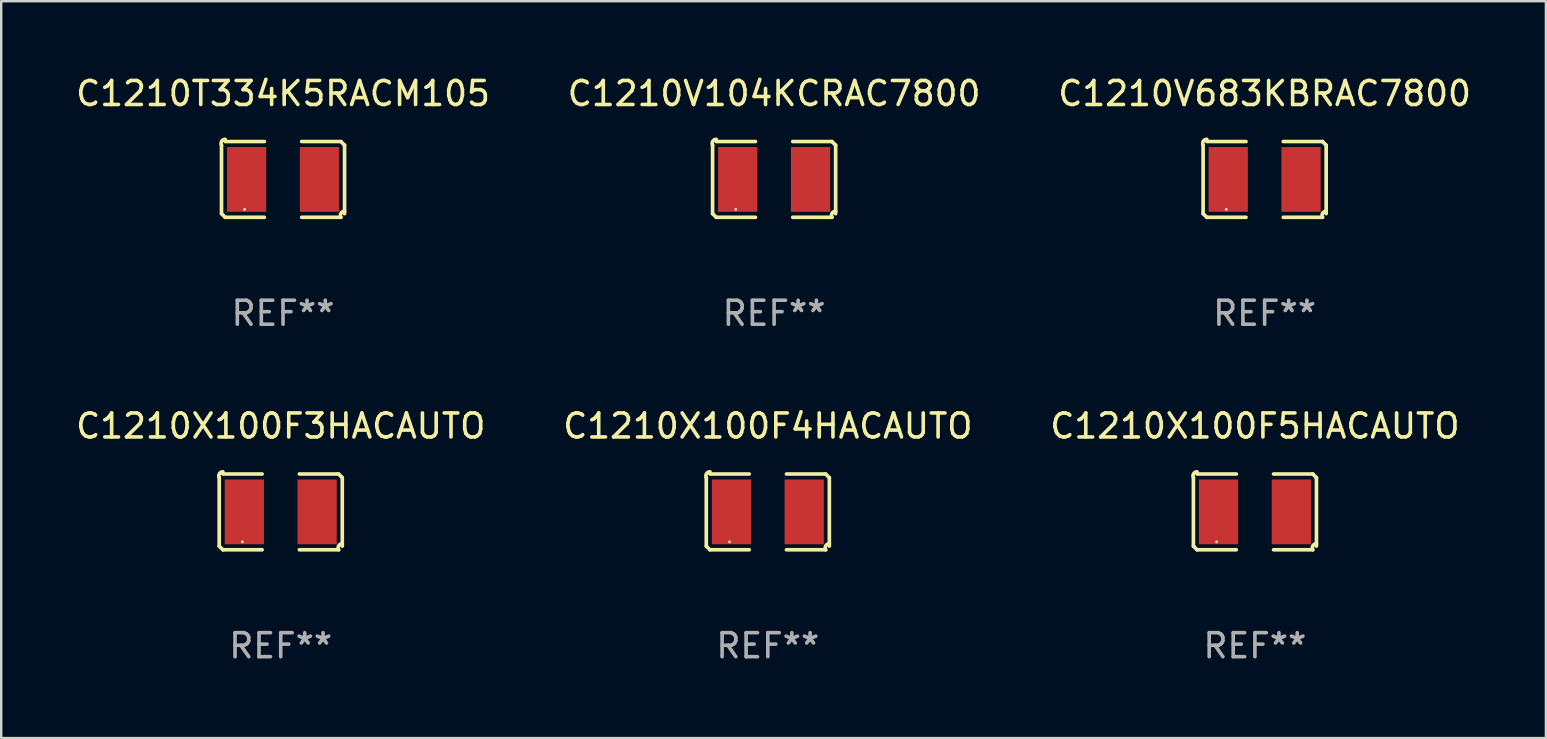
<source format=kicad_pcb>
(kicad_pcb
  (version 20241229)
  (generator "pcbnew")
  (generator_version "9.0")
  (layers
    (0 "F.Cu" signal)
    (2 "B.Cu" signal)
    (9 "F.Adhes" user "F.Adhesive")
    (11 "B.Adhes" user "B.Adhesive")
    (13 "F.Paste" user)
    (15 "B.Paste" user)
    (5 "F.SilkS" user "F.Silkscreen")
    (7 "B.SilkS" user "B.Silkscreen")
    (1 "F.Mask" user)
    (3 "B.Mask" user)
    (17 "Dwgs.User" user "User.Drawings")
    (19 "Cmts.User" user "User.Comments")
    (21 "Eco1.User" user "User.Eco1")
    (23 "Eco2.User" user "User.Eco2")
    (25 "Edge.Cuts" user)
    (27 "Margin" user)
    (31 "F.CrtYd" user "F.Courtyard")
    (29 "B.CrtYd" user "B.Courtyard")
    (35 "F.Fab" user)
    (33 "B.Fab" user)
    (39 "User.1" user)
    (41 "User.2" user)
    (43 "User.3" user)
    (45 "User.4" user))
  (footprint "C1210X100F4HACAUTO"
    (layer "F.Cu")
    (at 28.946 18.281)
    (property "Reference" "C1210X100F4HACAUTO" (at 0 -3.579 0) (layer "F.SilkS") (effects (font (size 1 1) (thickness 0.15))))
    (attr through_hole)
    (fp_line (start -2.564 1.426) (end -2.564 -1.426) (stroke (width 0.152) (type solid)) (layer "F.SilkS"))
    (fp_line (start -2.411 -1.579) (end -0.776 -1.579) (stroke (width 0.152) (type solid)) (layer "F.SilkS"))
    (fp_line (start -0.776 1.579) (end -2.411 1.579) (stroke (width 0.152) (type solid)) (layer "F.SilkS"))
    (fp_line (start 0.776 1.579) (end 2.411 1.579) (stroke (width 0.152) (type solid)) (layer "F.SilkS"))
    (fp_line (start 2.411 -1.579) (end 0.776 -1.579) (stroke (width 0.152) (type solid)) (layer "F.SilkS"))
    (fp_line (start 2.564 1.426) (end 2.564 -1.426) (stroke (width 0.152) (type solid)) (layer "F.SilkS"))
    (fp_arc (start -2.563602 -1.426213) (mid -2.555597 -1.591233) (end -2.411201 -1.671518) (stroke (width 0.1524) (type solid)) (layer "F.SilkS"))
    (fp_arc (start -2.5636 1.426214) (mid -2.487389 1.502402) (end -2.411201 1.578613) (stroke (width 0.1524) (type solid)) (layer "F.SilkS"))
    (fp_arc (start 2.411197 -1.578618) (mid 2.487403 -1.502419) (end 2.563602 -1.426213) (stroke (width 0.1524) (type solid)) (layer "F.SilkS"))
    (fp_arc (start 2.411201 1.578613) (mid 2.416214 1.409455) (end 2.563602 1.32629) (stroke (width 0.1524) (type solid)) (layer "F.SilkS"))
    (fp_circle (center -1.6 1.25) (end -1.57 1.25) (stroke (width 0.06) (type solid)) (fill no) (layer "F.SilkS"))
    (fp_text user "REF**" (at 0 5.579 0) (layer "F.Fab") (effects (font (size 1 1) (thickness 0.15))))
    (pad "1" smd rect (at -1.517 0) (size 1.635 2.7) (layers "F.Cu" "F.Mask" "F.Paste"))
    (pad "2" smd rect (at 1.517 0) (size 1.635 2.7) (layers "F.Cu" "F.Mask" "F.Paste")))
  (footprint "C1210T334K5RACM105"
    (layer "F.Cu")
    (at 8.744 4.427)
    (property "Reference" "C1210T334K5RACM105" (at 0 -3.579 0) (layer "F.SilkS") (effects (font (size 1 1) (thickness 0.15))))
    (attr through_hole)
    (fp_line (start -2.564 1.426) (end -2.564 -1.426) (stroke (width 0.152) (type solid)) (layer "F.SilkS"))
    (fp_line (start -2.411 -1.579) (end -0.776 -1.579) (stroke (width 0.152) (type solid)) (layer "F.SilkS"))
    (fp_line (start -0.776 1.579) (end -2.411 1.579) (stroke (width 0.152) (type solid)) (layer "F.SilkS"))
    (fp_line (start 0.776 1.579) (end 2.411 1.579) (stroke (width 0.152) (type solid)) (layer "F.SilkS"))
    (fp_line (start 2.411 -1.579) (end 0.776 -1.579) (stroke (width 0.152) (type solid)) (layer "F.SilkS"))
    (fp_line (start 2.564 1.426) (end 2.564 -1.426) (stroke (width 0.152) (type solid)) (layer "F.SilkS"))
    (fp_arc (start -2.563602 -1.426213) (mid -2.555597 -1.591233) (end -2.411201 -1.671518) (stroke (width 0.1524) (type solid)) (layer "F.SilkS"))
    (fp_arc (start -2.5636 1.426214) (mid -2.487389 1.502402) (end -2.411201 1.578613) (stroke (width 0.1524) (type solid)) (layer "F.SilkS"))
    (fp_arc (start 2.411197 -1.578618) (mid 2.487403 -1.502419) (end 2.563602 -1.426213) (stroke (width 0.1524) (type solid)) (layer "F.SilkS"))
    (fp_arc (start 2.411201 1.578613) (mid 2.416214 1.409455) (end 2.563602 1.32629) (stroke (width 0.1524) (type solid)) (layer "F.SilkS"))
    (fp_circle (center -1.6 1.25) (end -1.57 1.25) (stroke (width 0.06) (type solid)) (fill no) (layer "F.SilkS"))
    (fp_text user "REF**" (at 0 5.579 0) (layer "F.Fab") (effects (font (size 1 1) (thickness 0.15))))
    (pad "1" smd rect (at -1.517 0) (size 1.635 2.7) (layers "F.Cu" "F.Mask" "F.Paste"))
    (pad "2" smd rect (at 1.517 0) (size 1.635 2.7) (layers "F.Cu" "F.Mask" "F.Paste")))
  (footprint "C1210X100F5HACAUTO"
    (layer "F.Cu")
    (at 49.244 18.281)
    (property "Reference" "C1210X100F5HACAUTO" (at 0 -3.579 0) (layer "F.SilkS") (effects (font (size 1 1) (thickness 0.15))))
    (attr through_hole)
    (fp_line (start -2.564 1.426) (end -2.564 -1.426) (stroke (width 0.152) (type solid)) (layer "F.SilkS"))
    (fp_line (start -2.411 -1.579) (end -0.776 -1.579) (stroke (width 0.152) (type solid)) (layer "F.SilkS"))
    (fp_line (start -0.776 1.579) (end -2.411 1.579) (stroke (width 0.152) (type solid)) (layer "F.SilkS"))
    (fp_line (start 0.776 1.579) (end 2.411 1.579) (stroke (width 0.152) (type solid)) (layer "F.SilkS"))
    (fp_line (start 2.411 -1.579) (end 0.776 -1.579) (stroke (width 0.152) (type solid)) (layer "F.SilkS"))
    (fp_line (start 2.564 1.426) (end 2.564 -1.426) (stroke (width 0.152) (type solid)) (layer "F.SilkS"))
    (fp_arc (start -2.563602 -1.426213) (mid -2.555597 -1.591233) (end -2.411201 -1.671518) (stroke (width 0.1524) (type solid)) (layer "F.SilkS"))
    (fp_arc (start -2.5636 1.426214) (mid -2.487389 1.502402) (end -2.411201 1.578613) (stroke (width 0.1524) (type solid)) (layer "F.SilkS"))
    (fp_arc (start 2.411197 -1.578618) (mid 2.487403 -1.502419) (end 2.563602 -1.426213) (stroke (width 0.1524) (type solid)) (layer "F.SilkS"))
    (fp_arc (start 2.411201 1.578613) (mid 2.416214 1.409455) (end 2.563602 1.32629) (stroke (width 0.1524) (type solid)) (layer "F.SilkS"))
    (fp_circle (center -1.6 1.25) (end -1.57 1.25) (stroke (width 0.06) (type solid)) (fill no) (layer "F.SilkS"))
    (fp_text user "REF**" (at 0 5.579 0) (layer "F.Fab") (effects (font (size 1 1) (thickness 0.15))))
    (pad "1" smd rect (at -1.517 0) (size 1.635 2.7) (layers "F.Cu" "F.Mask" "F.Paste"))
    (pad "2" smd rect (at 1.517 0) (size 1.635 2.7) (layers "F.Cu" "F.Mask" "F.Paste")))
  (footprint "C1210X100F3HACAUTO"
    (layer "F.Cu")
    (at 8.649 18.281)
    (property "Reference" "C1210X100F3HACAUTO" (at 0 -3.579 0) (layer "F.SilkS") (effects (font (size 1 1) (thickness 0.15))))
    (attr through_hole)
    (fp_line (start -2.564 1.426) (end -2.564 -1.426) (stroke (width 0.152) (type solid)) (layer "F.SilkS"))
    (fp_line (start -2.411 -1.579) (end -0.776 -1.579) (stroke (width 0.152) (type solid)) (layer "F.SilkS"))
    (fp_line (start -0.776 1.579) (end -2.411 1.579) (stroke (width 0.152) (type solid)) (layer "F.SilkS"))
    (fp_line (start 0.776 1.579) (end 2.411 1.579) (stroke (width 0.152) (type solid)) (layer "F.SilkS"))
    (fp_line (start 2.411 -1.579) (end 0.776 -1.579) (stroke (width 0.152) (type solid)) (layer "F.SilkS"))
    (fp_line (start 2.564 1.426) (end 2.564 -1.426) (stroke (width 0.152) (type solid)) (layer "F.SilkS"))
    (fp_arc (start -2.563602 -1.426213) (mid -2.555597 -1.591233) (end -2.411201 -1.671518) (stroke (width 0.1524) (type solid)) (layer "F.SilkS"))
    (fp_arc (start -2.5636 1.426214) (mid -2.487389 1.502402) (end -2.411201 1.578613) (stroke (width 0.1524) (type solid)) (layer "F.SilkS"))
    (fp_arc (start 2.411197 -1.578618) (mid 2.487403 -1.502419) (end 2.563602 -1.426213) (stroke (width 0.1524) (type solid)) (layer "F.SilkS"))
    (fp_arc (start 2.411201 1.578613) (mid 2.416214 1.409455) (end 2.563602 1.32629) (stroke (width 0.1524) (type solid)) (layer "F.SilkS"))
    (fp_circle (center -1.6 1.25) (end -1.57 1.25) (stroke (width 0.06) (type solid)) (fill no) (layer "F.SilkS"))
    (fp_text user "REF**" (at 0 5.579 0) (layer "F.Fab") (effects (font (size 1 1) (thickness 0.15))))
    (pad "1" smd rect (at -1.517 0) (size 1.635 2.7) (layers "F.Cu" "F.Mask" "F.Paste"))
    (pad "2" smd rect (at 1.517 0) (size 1.635 2.7) (layers "F.Cu" "F.Mask" "F.Paste")))
  (footprint "C1210V104KCRAC7800"
    (layer "F.Cu")
    (at 29.208 4.427)
    (property "Reference" "C1210V104KCRAC7800" (at 0 -3.579 0) (layer "F.SilkS") (effects (font (size 1 1) (thickness 0.15))))
    (attr through_hole)
    (fp_line (start -2.564 1.426) (end -2.564 -1.426) (stroke (width 0.152) (type solid)) (layer "F.SilkS"))
    (fp_line (start -2.411 -1.579) (end -0.776 -1.579) (stroke (width 0.152) (type solid)) (layer "F.SilkS"))
    (fp_line (start -0.776 1.579) (end -2.411 1.579) (stroke (width 0.152) (type solid)) (layer "F.SilkS"))
    (fp_line (start 0.776 1.579) (end 2.411 1.579) (stroke (width 0.152) (type solid)) (layer "F.SilkS"))
    (fp_line (start 2.411 -1.579) (end 0.776 -1.579) (stroke (width 0.152) (type solid)) (layer "F.SilkS"))
    (fp_line (start 2.564 1.426) (end 2.564 -1.426) (stroke (width 0.152) (type solid)) (layer "F.SilkS"))
    (fp_arc (start -2.563602 -1.426213) (mid -2.555597 -1.591233) (end -2.411201 -1.671518) (stroke (width 0.1524) (type solid)) (layer "F.SilkS"))
    (fp_arc (start -2.5636 1.426214) (mid -2.487389 1.502402) (end -2.411201 1.578613) (stroke (width 0.1524) (type solid)) (layer "F.SilkS"))
    (fp_arc (start 2.411197 -1.578618) (mid 2.487403 -1.502419) (end 2.563602 -1.426213) (stroke (width 0.1524) (type solid)) (layer "F.SilkS"))
    (fp_arc (start 2.411201 1.578613) (mid 2.416214 1.409455) (end 2.563602 1.32629) (stroke (width 0.1524) (type solid)) (layer "F.SilkS"))
    (fp_circle (center -1.6 1.25) (end -1.57 1.25) (stroke (width 0.06) (type solid)) (fill no) (layer "F.SilkS"))
    (fp_text user "REF**" (at 0 5.579 0) (layer "F.Fab") (effects (font (size 1 1) (thickness 0.15))))
    (pad "1" smd rect (at -1.517 0) (size 1.635 2.7) (layers "F.Cu" "F.Mask" "F.Paste"))
    (pad "2" smd rect (at 1.517 0) (size 1.635 2.7) (layers "F.Cu" "F.Mask" "F.Paste")))
  (footprint "C1210V683KBRAC7800"
    (layer "F.Cu")
    (at 49.649 4.427)
    (property "Reference" "C1210V683KBRAC7800" (at 0 -3.579 0) (layer "F.SilkS") (effects (font (size 1 1) (thickness 0.15))))
    (attr through_hole)
    (fp_line (start -2.564 1.426) (end -2.564 -1.426) (stroke (width 0.152) (type solid)) (layer "F.SilkS"))
    (fp_line (start -2.411 -1.579) (end -0.776 -1.579) (stroke (width 0.152) (type solid)) (layer "F.SilkS"))
    (fp_line (start -0.776 1.579) (end -2.411 1.579) (stroke (width 0.152) (type solid)) (layer "F.SilkS"))
    (fp_line (start 0.776 1.579) (end 2.411 1.579) (stroke (width 0.152) (type solid)) (layer "F.SilkS"))
    (fp_line (start 2.411 -1.579) (end 0.776 -1.579) (stroke (width 0.152) (type solid)) (layer "F.SilkS"))
    (fp_line (start 2.564 1.426) (end 2.564 -1.426) (stroke (width 0.152) (type solid)) (layer "F.SilkS"))
    (fp_arc (start -2.563602 -1.426213) (mid -2.555597 -1.591233) (end -2.411201 -1.671518) (stroke (width 0.1524) (type solid)) (layer "F.SilkS"))
    (fp_arc (start -2.5636 1.426214) (mid -2.487389 1.502402) (end -2.411201 1.578613) (stroke (width 0.1524) (type solid)) (layer "F.SilkS"))
    (fp_arc (start 2.411197 -1.578618) (mid 2.487403 -1.502419) (end 2.563602 -1.426213) (stroke (width 0.1524) (type solid)) (layer "F.SilkS"))
    (fp_arc (start 2.411201 1.578613) (mid 2.416214 1.409455) (end 2.563602 1.32629) (stroke (width 0.1524) (type solid)) (layer "F.SilkS"))
    (fp_circle (center -1.6 1.25) (end -1.57 1.25) (stroke (width 0.06) (type solid)) (fill no) (layer "F.SilkS"))
    (fp_text user "REF**" (at 0 5.579 0) (layer "F.Fab") (effects (font (size 1 1) (thickness 0.15))))
    (pad "1" smd rect (at -1.517 0) (size 1.635 2.7) (layers "F.Cu" "F.Mask" "F.Paste"))
    (pad "2" smd rect (at 1.517 0) (size 1.635 2.7) (layers "F.Cu" "F.Mask" "F.Paste")))
  (gr_rect
    (start -3 -3)
    (end 61.369 27.707)
    (stroke (width 0.1) (type default))
    (fill no)
    (layer "Edge.Cuts")))
</source>
